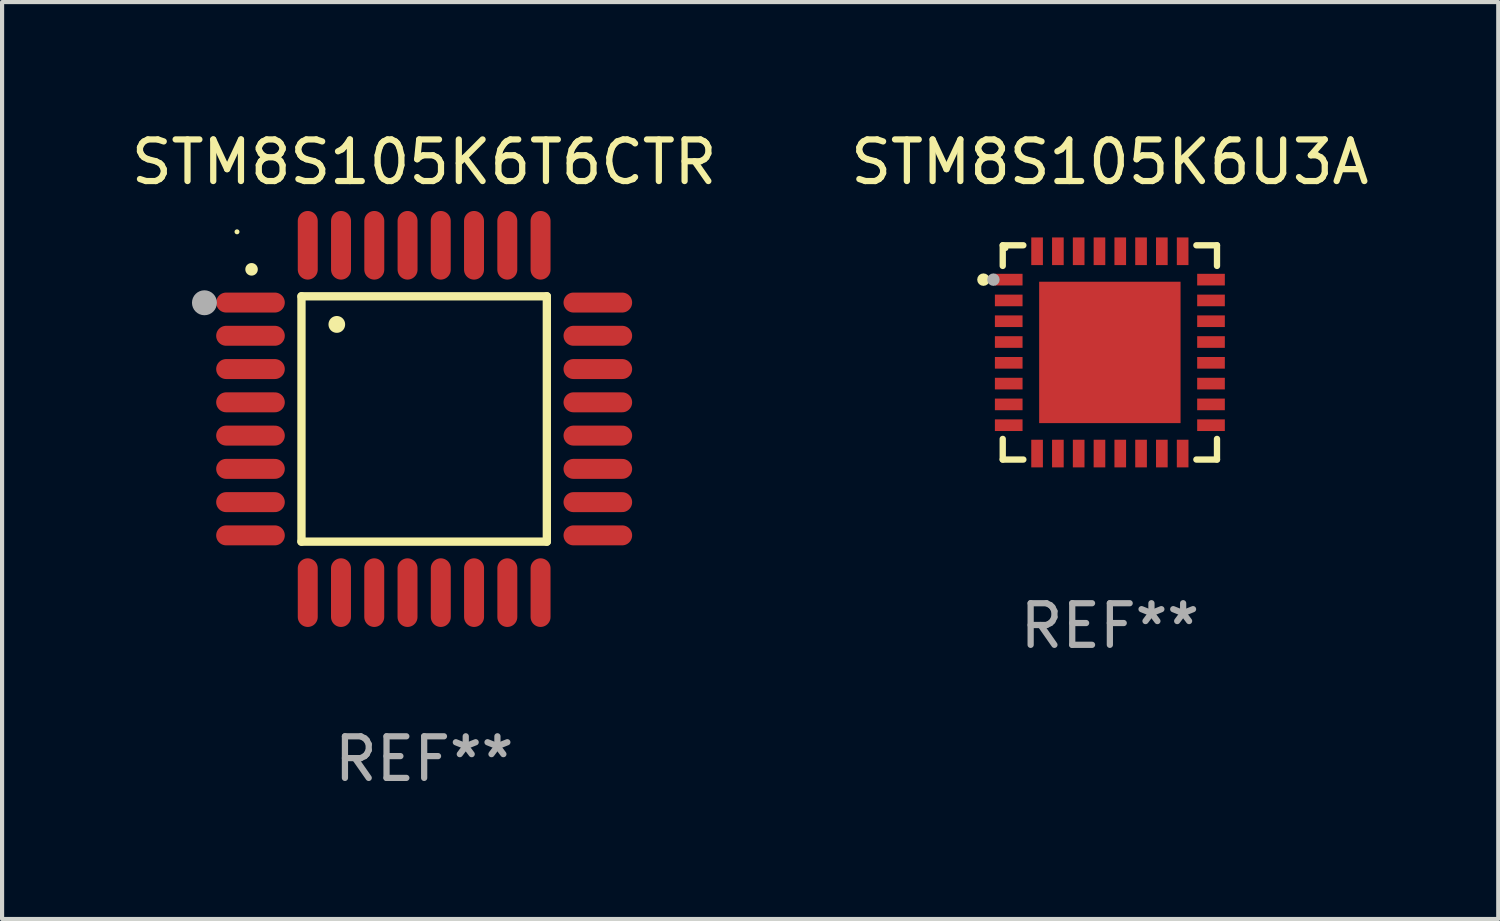
<source format=kicad_pcb>
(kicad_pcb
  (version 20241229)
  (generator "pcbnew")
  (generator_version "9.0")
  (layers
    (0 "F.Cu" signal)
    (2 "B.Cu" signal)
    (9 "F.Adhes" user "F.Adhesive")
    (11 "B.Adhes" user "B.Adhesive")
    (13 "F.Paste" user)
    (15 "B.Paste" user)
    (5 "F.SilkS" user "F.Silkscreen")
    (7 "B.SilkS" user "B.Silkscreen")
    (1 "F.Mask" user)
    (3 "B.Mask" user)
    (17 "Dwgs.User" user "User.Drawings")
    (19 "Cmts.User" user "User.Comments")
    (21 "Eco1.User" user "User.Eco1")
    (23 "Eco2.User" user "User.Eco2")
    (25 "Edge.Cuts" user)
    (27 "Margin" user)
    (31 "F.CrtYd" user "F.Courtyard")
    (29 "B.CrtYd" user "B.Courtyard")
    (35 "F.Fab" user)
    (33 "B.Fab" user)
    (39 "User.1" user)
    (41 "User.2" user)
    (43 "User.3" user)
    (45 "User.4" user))
  (footprint "STM8S105K6T6CTR"
    (layer "F.Cu")
    (at 7.149 7.024)
    (property "Reference" "STM8S105K6T6CTR" (at 0 -6.176 0) (layer "F.SilkS") (effects (font (size 1 1) (thickness 0.15))))
    (attr through_hole)
    (fp_line (start -2.95 -2.95) (end -2.95 2.95) (stroke (width 0.2) (type solid)) (layer "F.SilkS"))
    (fp_line (start -2.95 2.95) (end 2.95 2.95) (stroke (width 0.2) (type solid)) (layer "F.SilkS"))
    (fp_line (start 2.95 -2.95) (end -2.95 -2.95) (stroke (width 0.2) (type solid)) (layer "F.SilkS"))
    (fp_line (start 2.95 2.95) (end 2.95 -2.95) (stroke (width 0.2) (type solid)) (layer "F.SilkS"))
    (fp_arc (start -4.150178 -3.596622) (mid -4.150183 -3.597892) (end -4.150178 -3.599162) (stroke (width 0.3) (type solid)) (layer "F.SilkS"))
    (fp_arc (start -2.100394 -2.270739) (mid -2.10041 -2.273279) (end -2.100394 -2.275819) (stroke (width 0.4) (type solid)) (layer "F.SilkS"))
    (fp_circle (center -4.5 -4.5) (end -4.47 -4.5) (stroke (width 0.06) (type solid)) (fill no) (layer "F.SilkS"))
    (fp_circle (center -5.283 -2.794) (end -5.133 -2.794) (stroke (width 0.3) (type solid)) (fill no) (layer "F.Fab"))
    (fp_text user "REF**" (at 0 8.176 0) (layer "F.Fab") (effects (font (size 1 1) (thickness 0.15))))
    (pad "1" smd oval (at -4.176 -2.799 90) (size 0.48 1.65) (layers "F.Cu" "F.Mask" "F.Paste"))
    (pad "2" smd oval (at -4.176 -2 90) (size 0.48 1.65) (layers "F.Cu" "F.Mask" "F.Paste"))
    (pad "3" smd oval (at -4.176 -1.2 90) (size 0.48 1.65) (layers "F.Cu" "F.Mask" "F.Paste"))
    (pad "4" smd oval (at -4.176 -0.4 90) (size 0.48 1.65) (layers "F.Cu" "F.Mask" "F.Paste"))
    (pad "5" smd oval (at -4.176 0.4 90) (size 0.48 1.65) (layers "F.Cu" "F.Mask" "F.Paste"))
    (pad "6" smd oval (at -4.176 1.2 90) (size 0.48 1.65) (layers "F.Cu" "F.Mask" "F.Paste"))
    (pad "7" smd oval (at -4.176 2 90) (size 0.48 1.65) (layers "F.Cu" "F.Mask" "F.Paste"))
    (pad "8" smd oval (at -4.176 2.799 90) (size 0.48 1.65) (layers "F.Cu" "F.Mask" "F.Paste"))
    (pad "9" smd oval (at -2.799 4.176) (size 0.48 1.65) (layers "F.Cu" "F.Mask" "F.Paste"))
    (pad "10" smd oval (at -2 4.176) (size 0.48 1.65) (layers "F.Cu" "F.Mask" "F.Paste"))
    (pad "11" smd oval (at -1.2 4.176) (size 0.48 1.65) (layers "F.Cu" "F.Mask" "F.Paste"))
    (pad "12" smd oval (at -0.4 4.176) (size 0.48 1.65) (layers "F.Cu" "F.Mask" "F.Paste"))
    (pad "13" smd oval (at 0.4 4.176) (size 0.48 1.65) (layers "F.Cu" "F.Mask" "F.Paste"))
    (pad "14" smd oval (at 1.2 4.176) (size 0.48 1.65) (layers "F.Cu" "F.Mask" "F.Paste"))
    (pad "15" smd oval (at 2 4.176) (size 0.48 1.65) (layers "F.Cu" "F.Mask" "F.Paste"))
    (pad "16" smd oval (at 2.799 4.176) (size 0.48 1.65) (layers "F.Cu" "F.Mask" "F.Paste"))
    (pad "17" smd oval (at 4.176 2.799 90) (size 0.48 1.65) (layers "F.Cu" "F.Mask" "F.Paste"))
    (pad "18" smd oval (at 4.176 2 90) (size 0.48 1.65) (layers "F.Cu" "F.Mask" "F.Paste"))
    (pad "19" smd oval (at 4.176 1.2 90) (size 0.48 1.65) (layers "F.Cu" "F.Mask" "F.Paste"))
    (pad "20" smd oval (at 4.176 0.4 90) (size 0.48 1.65) (layers "F.Cu" "F.Mask" "F.Paste"))
    (pad "21" smd oval (at 4.176 -0.4 90) (size 0.48 1.65) (layers "F.Cu" "F.Mask" "F.Paste"))
    (pad "22" smd oval (at 4.176 -1.2 90) (size 0.48 1.65) (layers "F.Cu" "F.Mask" "F.Paste"))
    (pad "23" smd oval (at 4.176 -2 90) (size 0.48 1.65) (layers "F.Cu" "F.Mask" "F.Paste"))
    (pad "24" smd oval (at 4.176 -2.799 90) (size 0.48 1.65) (layers "F.Cu" "F.Mask" "F.Paste"))
    (pad "25" smd oval (at 2.799 -4.176) (size 0.48 1.65) (layers "F.Cu" "F.Mask" "F.Paste"))
    (pad "26" smd oval (at 1.999 -4.176) (size 0.48 1.65) (layers "F.Cu" "F.Mask" "F.Paste"))
    (pad "27" smd oval (at 1.199 -4.176) (size 0.48 1.65) (layers "F.Cu" "F.Mask" "F.Paste"))
    (pad "28" smd oval (at 0.399 -4.176) (size 0.48 1.65) (layers "F.Cu" "F.Mask" "F.Paste"))
    (pad "29" smd oval (at -0.399 -4.176) (size 0.48 1.65) (layers "F.Cu" "F.Mask" "F.Paste"))
    (pad "30" smd oval (at -1.199 -4.176) (size 0.48 1.65) (layers "F.Cu" "F.Mask" "F.Paste"))
    (pad "31" smd oval (at -1.999 -4.176) (size 0.48 1.65) (layers "F.Cu" "F.Mask" "F.Paste"))
    (pad "32" smd oval (at -2.799 -4.176) (size 0.48 1.65) (layers "F.Cu" "F.Mask" "F.Paste")))
  (footprint "STM8S105K6U3A"
    (layer "F.Cu")
    (at 23.637 5.424)
    (property "Reference" "STM8S105K6U3A" (at 0 -4.576 0) (layer "F.SilkS") (effects (font (size 1 1) (thickness 0.15))))
    (attr through_hole)
    (fp_line (start -2.576 -2.576) (end -2.576 -2.08) (stroke (width 0.152) (type solid)) (layer "F.SilkS"))
    (fp_line (start -2.576 2.576) (end -2.576 2.08) (stroke (width 0.152) (type solid)) (layer "F.SilkS"))
    (fp_line (start -2.08 -2.576) (end -2.576 -2.576) (stroke (width 0.152) (type solid)) (layer "F.SilkS"))
    (fp_line (start -2.08 2.576) (end -2.576 2.576) (stroke (width 0.152) (type solid)) (layer "F.SilkS"))
    (fp_line (start 2.08 -2.576) (end 2.576 -2.576) (stroke (width 0.152) (type solid)) (layer "F.SilkS"))
    (fp_line (start 2.08 2.576) (end 2.576 2.576) (stroke (width 0.152) (type solid)) (layer "F.SilkS"))
    (fp_line (start 2.576 -2.576) (end 2.576 -2.08) (stroke (width 0.152) (type solid)) (layer "F.SilkS"))
    (fp_line (start 2.576 2.576) (end 2.576 2.08) (stroke (width 0.152) (type solid)) (layer "F.SilkS"))
    (fp_circle (center -3.04 -1.75) (end -2.965 -1.75) (stroke (width 0.15) (type solid)) (fill no) (layer "F.SilkS"))
    (fp_circle (center -2.5 -2.5) (end -2.47 -2.5) (stroke (width 0.06) (type solid)) (fill no) (layer "F.SilkS"))
    (fp_circle (center -2.8 -1.75) (end -2.725 -1.75) (stroke (width 0.15) (type solid)) (fill no) (layer "F.Fab"))
    (fp_text user "REF**" (at 0 6.576 0) (layer "F.Fab") (effects (font (size 1 1) (thickness 0.15))))
    (pad "1" smd rect (at -2.432 -1.75) (size 0.665 0.28) (layers "F.Cu" "F.Mask" "F.Paste"))
    (pad "2" smd rect (at -2.432 -1.25) (size 0.665 0.28) (layers "F.Cu" "F.Mask" "F.Paste"))
    (pad "3" smd rect (at -2.432 -0.75) (size 0.665 0.28) (layers "F.Cu" "F.Mask" "F.Paste"))
    (pad "4" smd rect (at -2.432 -0.25) (size 0.665 0.28) (layers "F.Cu" "F.Mask" "F.Paste"))
    (pad "5" smd rect (at -2.432 0.25) (size 0.665 0.28) (layers "F.Cu" "F.Mask" "F.Paste"))
    (pad "6" smd rect (at -2.432 0.75) (size 0.665 0.28) (layers "F.Cu" "F.Mask" "F.Paste"))
    (pad "7" smd rect (at -2.432 1.25) (size 0.665 0.28) (layers "F.Cu" "F.Mask" "F.Paste"))
    (pad "8" smd rect (at -2.432 1.75) (size 0.665 0.28) (layers "F.Cu" "F.Mask" "F.Paste"))
    (pad "9" smd rect (at -1.75 2.432) (size 0.28 0.665) (layers "F.Cu" "F.Mask" "F.Paste"))
    (pad "10" smd rect (at -1.25 2.432) (size 0.28 0.665) (layers "F.Cu" "F.Mask" "F.Paste"))
    (pad "11" smd rect (at -0.75 2.432) (size 0.28 0.665) (layers "F.Cu" "F.Mask" "F.Paste"))
    (pad "12" smd rect (at -0.25 2.432) (size 0.28 0.665) (layers "F.Cu" "F.Mask" "F.Paste"))
    (pad "13" smd rect (at 0.25 2.432) (size 0.28 0.665) (layers "F.Cu" "F.Mask" "F.Paste"))
    (pad "14" smd rect (at 0.75 2.432) (size 0.28 0.665) (layers "F.Cu" "F.Mask" "F.Paste"))
    (pad "15" smd rect (at 1.25 2.432) (size 0.28 0.665) (layers "F.Cu" "F.Mask" "F.Paste"))
    (pad "16" smd rect (at 1.75 2.432) (size 0.28 0.665) (layers "F.Cu" "F.Mask" "F.Paste"))
    (pad "17" smd rect (at 2.432 1.75) (size 0.665 0.28) (layers "F.Cu" "F.Mask" "F.Paste"))
    (pad "18" smd rect (at 2.432 1.25) (size 0.665 0.28) (layers "F.Cu" "F.Mask" "F.Paste"))
    (pad "19" smd rect (at 2.432 0.75) (size 0.665 0.28) (layers "F.Cu" "F.Mask" "F.Paste"))
    (pad "20" smd rect (at 2.432 0.25) (size 0.665 0.28) (layers "F.Cu" "F.Mask" "F.Paste"))
    (pad "21" smd rect (at 2.432 -0.25) (size 0.665 0.28) (layers "F.Cu" "F.Mask" "F.Paste"))
    (pad "22" smd rect (at 2.432 -0.75) (size 0.665 0.28) (layers "F.Cu" "F.Mask" "F.Paste"))
    (pad "23" smd rect (at 2.432 -1.25) (size 0.665 0.28) (layers "F.Cu" "F.Mask" "F.Paste"))
    (pad "24" smd rect (at 2.432 -1.75) (size 0.665 0.28) (layers "F.Cu" "F.Mask" "F.Paste"))
    (pad "25" smd rect (at 1.75 -2.432) (size 0.28 0.665) (layers "F.Cu" "F.Mask" "F.Paste"))
    (pad "26" smd rect (at 1.25 -2.432) (size 0.28 0.665) (layers "F.Cu" "F.Mask" "F.Paste"))
    (pad "27" smd rect (at 0.75 -2.432) (size 0.28 0.665) (layers "F.Cu" "F.Mask" "F.Paste"))
    (pad "28" smd rect (at 0.25 -2.432) (size 0.28 0.665) (layers "F.Cu" "F.Mask" "F.Paste"))
    (pad "29" smd rect (at -0.25 -2.432) (size 0.28 0.665) (layers "F.Cu" "F.Mask" "F.Paste"))
    (pad "30" smd rect (at -0.75 -2.432) (size 0.28 0.665) (layers "F.Cu" "F.Mask" "F.Paste"))
    (pad "31" smd rect (at -1.25 -2.432) (size 0.28 0.665) (layers "F.Cu" "F.Mask" "F.Paste"))
    (pad "32" smd rect (at -1.75 -2.432) (size 0.28 0.665) (layers "F.Cu" "F.Mask" "F.Paste"))
    (pad "33" smd rect (at 0 0) (size 3.4 3.4) (layers "F.Cu" "F.Mask" "F.Paste")))
  (gr_rect
    (start -3 -3)
    (end 32.976 19.048)
    (stroke (width 0.1) (type default))
    (fill no)
    (layer "Edge.Cuts")))
</source>
